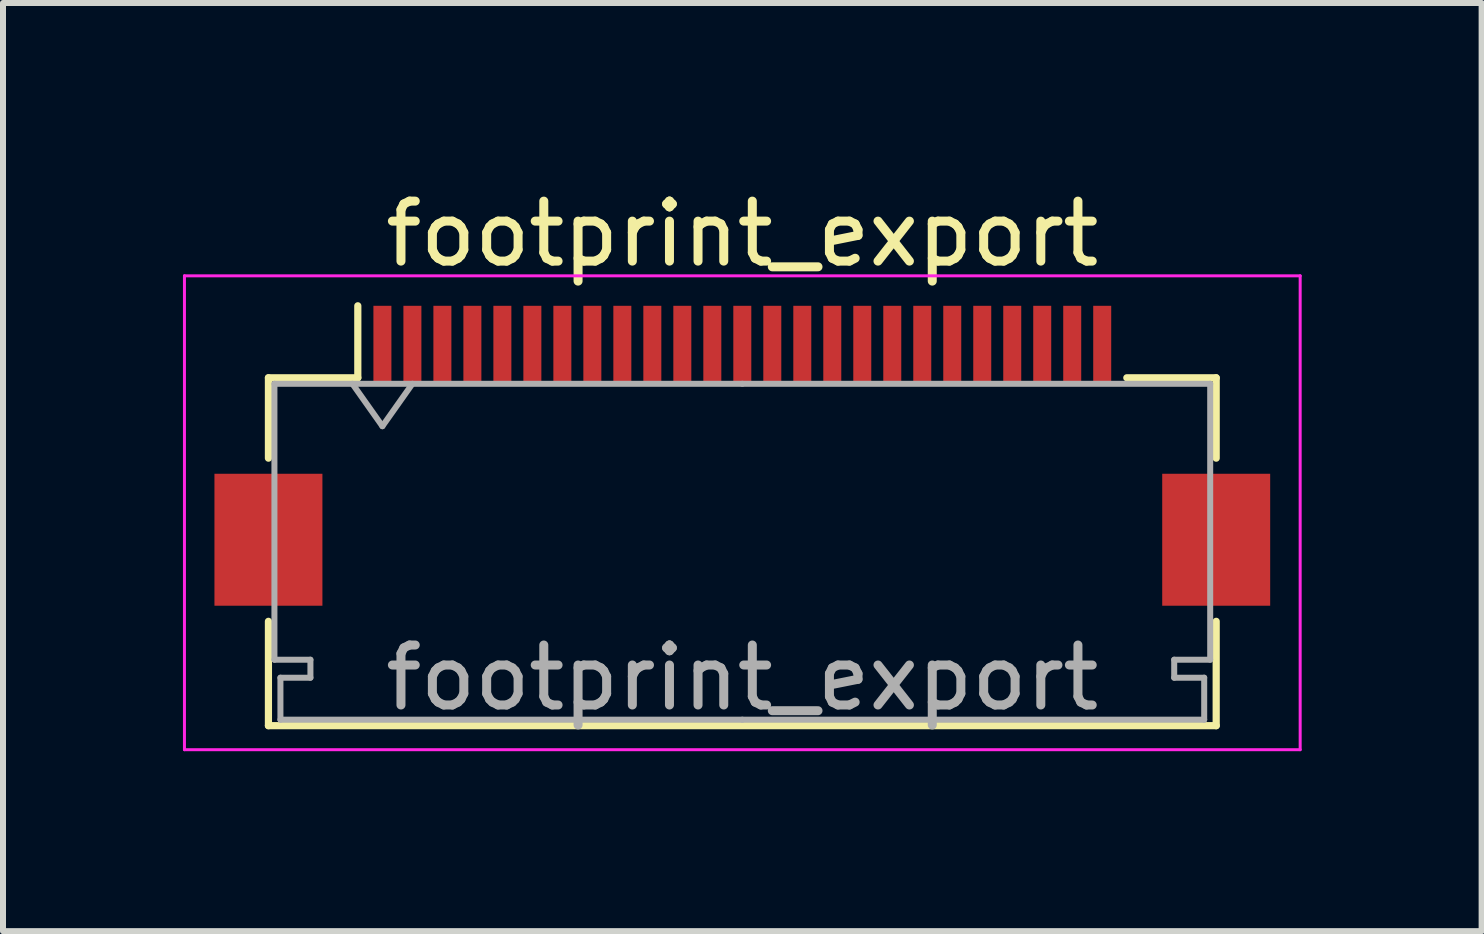
<source format=kicad_pcb>
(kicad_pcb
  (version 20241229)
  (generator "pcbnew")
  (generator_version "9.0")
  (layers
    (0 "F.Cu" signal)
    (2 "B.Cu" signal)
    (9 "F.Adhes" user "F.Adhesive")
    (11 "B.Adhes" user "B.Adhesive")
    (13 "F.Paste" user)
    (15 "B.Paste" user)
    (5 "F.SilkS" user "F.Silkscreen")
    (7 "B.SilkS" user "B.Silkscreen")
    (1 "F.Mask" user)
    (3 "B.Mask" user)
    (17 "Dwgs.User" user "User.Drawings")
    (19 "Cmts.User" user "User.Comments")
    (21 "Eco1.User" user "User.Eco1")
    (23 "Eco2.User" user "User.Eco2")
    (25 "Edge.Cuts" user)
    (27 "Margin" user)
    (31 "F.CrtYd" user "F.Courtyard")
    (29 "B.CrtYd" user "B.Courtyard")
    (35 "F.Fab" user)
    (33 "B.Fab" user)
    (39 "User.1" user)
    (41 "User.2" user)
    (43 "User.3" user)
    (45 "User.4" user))
  (footprint "footprint_export"
    (layer "F.Cu")
    (at 9.325 4.548)
    (property "Reference" "footprint_export" (at 0 -3.7 0) (layer "F.SilkS") (effects (font (size 1 1) (thickness 0.15))))
    (attr smd)
    (fp_line (start -7.9 -1.3) (end -7.9 0.04) (stroke (width 0.12) (type solid)) (layer "F.SilkS"))
    (fp_line (start -7.9 2.76) (end -7.9 4.5) (stroke (width 0.12) (type solid)) (layer "F.SilkS"))
    (fp_line (start -7.9 4.5) (end 7.9 4.5) (stroke (width 0.12) (type solid)) (layer "F.SilkS"))
    (fp_line (start -6.41 -1.3) (end -7.9 -1.3) (stroke (width 0.12) (type solid)) (layer "F.SilkS"))
    (fp_line (start -6.41 -1.3) (end -6.41 -2.5) (stroke (width 0.12) (type solid)) (layer "F.SilkS"))
    (fp_line (start 6.41 -1.3) (end 7.9 -1.3) (stroke (width 0.12) (type solid)) (layer "F.SilkS"))
    (fp_line (start 7.9 -1.3) (end 7.9 0.04) (stroke (width 0.12) (type solid)) (layer "F.SilkS"))
    (fp_line (start 7.9 4.5) (end 7.9 2.76) (stroke (width 0.12) (type solid)) (layer "F.SilkS"))
    (fp_line (start -9.3 -3) (end -9.3 4.9) (stroke (width 0.05) (type solid)) (layer "F.CrtYd"))
    (fp_line (start -9.3 4.9) (end 9.3 4.9) (stroke (width 0.05) (type solid)) (layer "F.CrtYd"))
    (fp_line (start 9.3 -3) (end -9.3 -3) (stroke (width 0.05) (type solid)) (layer "F.CrtYd"))
    (fp_line (start 9.3 4.9) (end 9.3 -3) (stroke (width 0.05) (type solid)) (layer "F.CrtYd"))
    (fp_line (start -7.8 -1.2) (end -7.8 3.4) (stroke (width 0.1) (type solid)) (layer "F.Fab"))
    (fp_line (start -7.8 3.4) (end -7.2 3.4) (stroke (width 0.1) (type solid)) (layer "F.Fab"))
    (fp_line (start -7.7 3.7) (end -7.7 4.4) (stroke (width 0.1) (type solid)) (layer "F.Fab"))
    (fp_line (start -7.7 4.4) (end 0 4.4) (stroke (width 0.1) (type solid)) (layer "F.Fab"))
    (fp_line (start -7.2 3.4) (end -7.2 3.7) (stroke (width 0.1) (type solid)) (layer "F.Fab"))
    (fp_line (start -7.2 3.7) (end -7.7 3.7) (stroke (width 0.1) (type solid)) (layer "F.Fab"))
    (fp_line (start -6.5 -1.2) (end -6 -0.493) (stroke (width 0.1) (type solid)) (layer "F.Fab"))
    (fp_line (start -6 -0.493) (end -5.5 -1.2) (stroke (width 0.1) (type solid)) (layer "F.Fab"))
    (fp_line (start 0 -1.2) (end -7.8 -1.2) (stroke (width 0.1) (type solid)) (layer "F.Fab"))
    (fp_line (start 0 -1.2) (end 7.8 -1.2) (stroke (width 0.1) (type solid)) (layer "F.Fab"))
    (fp_line (start 7.2 3.4) (end 7.2 3.7) (stroke (width 0.1) (type solid)) (layer "F.Fab"))
    (fp_line (start 7.2 3.7) (end 7.7 3.7) (stroke (width 0.1) (type solid)) (layer "F.Fab"))
    (fp_line (start 7.7 3.7) (end 7.7 4.4) (stroke (width 0.1) (type solid)) (layer "F.Fab"))
    (fp_line (start 7.7 4.4) (end 0 4.4) (stroke (width 0.1) (type solid)) (layer "F.Fab"))
    (fp_line (start 7.8 -1.2) (end 7.8 3.4) (stroke (width 0.1) (type solid)) (layer "F.Fab"))
    (fp_line (start 7.8 3.4) (end 7.2 3.4) (stroke (width 0.1) (type solid)) (layer "F.Fab"))
    (fp_text user "${REFERENCE}" (at 0 3.7 0) (layer "F.Fab") (effects (font (size 1 1) (thickness 0.15))))
    (pad "1" smd rect (at -6 -1.85) (size 0.3 1.3) (layers "F.Cu" "F.Mask" "F.Paste"))
    (pad "2" smd rect (at -5.5 -1.85) (size 0.3 1.3) (layers "F.Cu" "F.Mask" "F.Paste"))
    (pad "3" smd rect (at -5 -1.85) (size 0.3 1.3) (layers "F.Cu" "F.Mask" "F.Paste"))
    (pad "4" smd rect (at -4.5 -1.85) (size 0.3 1.3) (layers "F.Cu" "F.Mask" "F.Paste"))
    (pad "5" smd rect (at -4 -1.85) (size 0.3 1.3) (layers "F.Cu" "F.Mask" "F.Paste"))
    (pad "6" smd rect (at -3.5 -1.85) (size 0.3 1.3) (layers "F.Cu" "F.Mask" "F.Paste"))
    (pad "7" smd rect (at -3 -1.85) (size 0.3 1.3) (layers "F.Cu" "F.Mask" "F.Paste"))
    (pad "8" smd rect (at -2.5 -1.85) (size 0.3 1.3) (layers "F.Cu" "F.Mask" "F.Paste"))
    (pad "9" smd rect (at -2 -1.85) (size 0.3 1.3) (layers "F.Cu" "F.Mask" "F.Paste"))
    (pad "10" smd rect (at -1.5 -1.85) (size 0.3 1.3) (layers "F.Cu" "F.Mask" "F.Paste"))
    (pad "11" smd rect (at -1 -1.85) (size 0.3 1.3) (layers "F.Cu" "F.Mask" "F.Paste"))
    (pad "12" smd rect (at -0.5 -1.85) (size 0.3 1.3) (layers "F.Cu" "F.Mask" "F.Paste"))
    (pad "13" smd rect (at 0 -1.85) (size 0.3 1.3) (layers "F.Cu" "F.Mask" "F.Paste"))
    (pad "14" smd rect (at 0.5 -1.85) (size 0.3 1.3) (layers "F.Cu" "F.Mask" "F.Paste"))
    (pad "15" smd rect (at 1 -1.85) (size 0.3 1.3) (layers "F.Cu" "F.Mask" "F.Paste"))
    (pad "16" smd rect (at 1.5 -1.85) (size 0.3 1.3) (layers "F.Cu" "F.Mask" "F.Paste"))
    (pad "17" smd rect (at 2 -1.85) (size 0.3 1.3) (layers "F.Cu" "F.Mask" "F.Paste"))
    (pad "18" smd rect (at 2.5 -1.85) (size 0.3 1.3) (layers "F.Cu" "F.Mask" "F.Paste"))
    (pad "19" smd rect (at 3 -1.85) (size 0.3 1.3) (layers "F.Cu" "F.Mask" "F.Paste"))
    (pad "20" smd rect (at 3.5 -1.85) (size 0.3 1.3) (layers "F.Cu" "F.Mask" "F.Paste"))
    (pad "21" smd rect (at 4 -1.85) (size 0.3 1.3) (layers "F.Cu" "F.Mask" "F.Paste"))
    (pad "22" smd rect (at 4.5 -1.85) (size 0.3 1.3) (layers "F.Cu" "F.Mask" "F.Paste"))
    (pad "23" smd rect (at 5 -1.85) (size 0.3 1.3) (layers "F.Cu" "F.Mask" "F.Paste"))
    (pad "24" smd rect (at 5.5 -1.85) (size 0.3 1.3) (layers "F.Cu" "F.Mask" "F.Paste"))
    (pad "25" smd rect (at 6 -1.85) (size 0.3 1.3) (layers "F.Cu" "F.Mask" "F.Paste"))
    (pad "MP" smd rect (at -7.9 1.4) (size 1.8 2.2) (layers "F.Cu" "F.Mask" "F.Paste"))
    (pad "MP" smd rect (at 7.9 1.4) (size 1.8 2.2) (layers "F.Cu" "F.Mask" "F.Paste")))
  (gr_rect
    (start -3 -3)
    (end 21.65 12.473)
    (stroke (width 0.1) (type default))
    (fill no)
    (layer "Edge.Cuts")))
</source>
